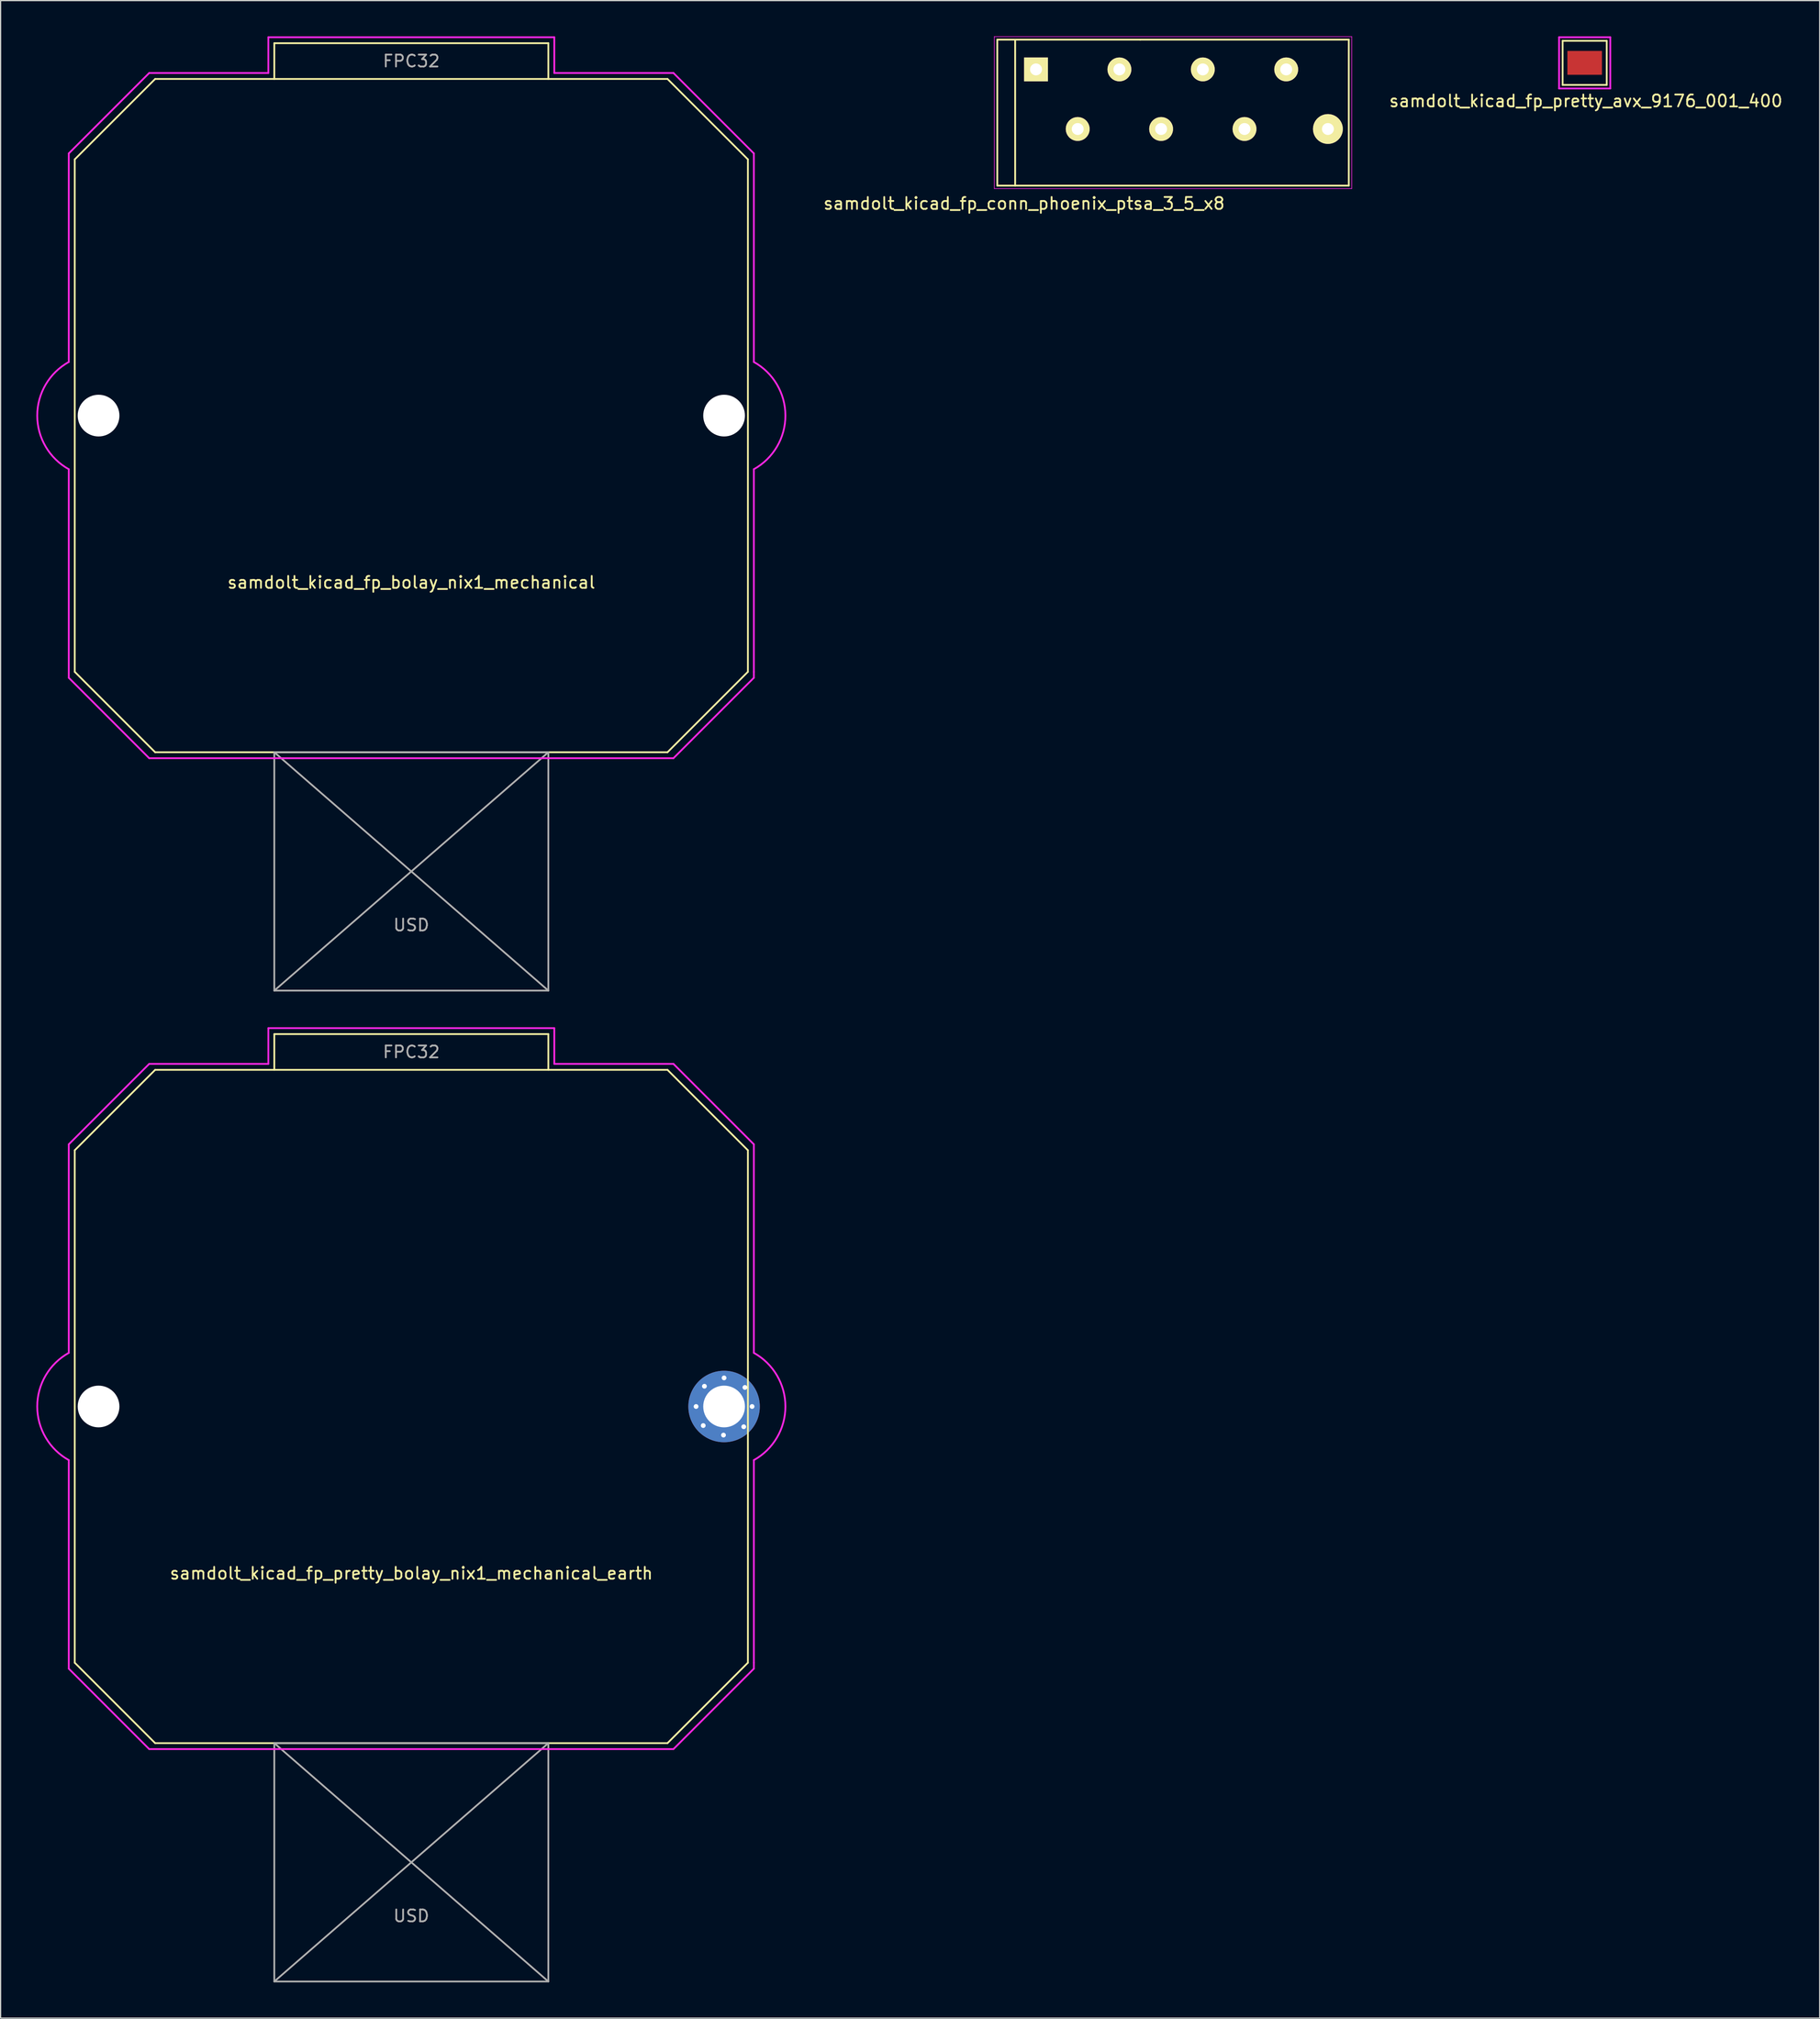
<source format=kicad_pcb>
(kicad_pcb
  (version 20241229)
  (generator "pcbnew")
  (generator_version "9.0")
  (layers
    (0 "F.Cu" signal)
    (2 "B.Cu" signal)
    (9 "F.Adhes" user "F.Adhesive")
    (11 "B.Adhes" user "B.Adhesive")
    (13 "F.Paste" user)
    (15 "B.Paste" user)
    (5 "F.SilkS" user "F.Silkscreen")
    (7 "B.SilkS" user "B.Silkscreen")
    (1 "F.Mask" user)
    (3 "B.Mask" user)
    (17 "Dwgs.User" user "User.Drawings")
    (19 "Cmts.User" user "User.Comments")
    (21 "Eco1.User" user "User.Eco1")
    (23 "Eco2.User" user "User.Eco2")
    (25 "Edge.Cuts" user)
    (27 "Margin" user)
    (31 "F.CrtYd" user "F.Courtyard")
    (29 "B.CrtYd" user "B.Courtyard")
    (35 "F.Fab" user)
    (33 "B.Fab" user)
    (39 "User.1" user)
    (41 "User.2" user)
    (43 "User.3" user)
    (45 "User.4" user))
  (footprint "samdolt_kicad_fp_pretty_avx_9176_001_400"
    (layer "F.Cu")
    (at 129.954 2.225)
    (property "Reference" "samdolt_kicad_fp_pretty_avx_9176_001_400" (at 0.1 3.2 0) (layer "F.SilkS") (effects (font (size 1 1) (thickness 0.15))))
    (attr smd)
    (fp_line (start -1.85 -1.85) (end 1.85 -1.85) (stroke (width 0.15) (type solid)) (layer "F.SilkS"))
    (fp_line (start -1.85 1.85) (end -1.85 -1.85) (stroke (width 0.15) (type solid)) (layer "F.SilkS"))
    (fp_line (start 1.85 -1.85) (end 1.85 1.85) (stroke (width 0.15) (type solid)) (layer "F.SilkS"))
    (fp_line (start 1.85 1.85) (end -1.85 1.85) (stroke (width 0.15) (type solid)) (layer "F.SilkS"))
    (fp_line (start -2.15 -2.15) (end -2.15 2.15) (stroke (width 0.15) (type solid)) (layer "F.CrtYd"))
    (fp_line (start -2.15 2.15) (end 2.15 2.15) (stroke (width 0.15) (type solid)) (layer "F.CrtYd"))
    (fp_line (start 2.15 -2.15) (end -2.15 -2.15) (stroke (width 0.15) (type solid)) (layer "F.CrtYd"))
    (fp_line (start 2.15 2.15) (end 2.15 -2.15) (stroke (width 0.15) (type solid)) (layer "F.CrtYd"))
    (pad "1" smd rect (at 0 0) (size 2.9 2) (layers "F.Cu" "F.Mask" "F.Paste")))
  (footprint "samdolt_kicad_fp_bolay_nix1_mechanical"
    (layer "F.Cu")
    (at 31.473 31.825)
    (property "Reference" "samdolt_kicad_fp_bolay_nix1_mechanical" (at 0 14 0) (layer "F.SilkS") (effects (font (size 1 1) (thickness 0.15))))
    (attr exclude_from_pos_files exclude_from_bom)
    (fp_line (start -28.25 21.5) (end -28.25 -21.5) (stroke (width 0.15) (type solid)) (layer "F.SilkS"))
    (fp_line (start -28.25 21.5) (end -21.5 28.25) (stroke (width 0.15) (type solid)) (layer "F.SilkS"))
    (fp_line (start -21.5 -28.25) (end -28.25 -21.5) (stroke (width 0.15) (type solid)) (layer "F.SilkS"))
    (fp_line (start -21.5 -28.25) (end 21.5 -28.25) (stroke (width 0.15) (type solid)) (layer "F.SilkS"))
    (fp_line (start -11.5 -31.25) (end -11.5 -28.25) (stroke (width 0.15) (type solid)) (layer "F.SilkS"))
    (fp_line (start 11.5 -31.25) (end -11.5 -31.25) (stroke (width 0.15) (type solid)) (layer "F.SilkS"))
    (fp_line (start 11.5 -28.25) (end 11.5 -31.25) (stroke (width 0.15) (type solid)) (layer "F.SilkS"))
    (fp_line (start 21.5 -28.25) (end 28.25 -21.5) (stroke (width 0.15) (type solid)) (layer "F.SilkS"))
    (fp_line (start 21.5 28.25) (end -21.5 28.25) (stroke (width 0.15) (type solid)) (layer "F.SilkS"))
    (fp_line (start 21.5 28.25) (end 28.25 21.5) (stroke (width 0.15) (type solid)) (layer "F.SilkS"))
    (fp_line (start 28.25 -21.5) (end 28.25 21.5) (stroke (width 0.15) (type solid)) (layer "F.SilkS"))
    (fp_line (start -28.75 -4.5) (end -28.75 -22) (stroke (width 0.15) (type solid)) (layer "F.CrtYd"))
    (fp_line (start -28.75 22) (end -28.75 4.5) (stroke (width 0.15) (type solid)) (layer "F.CrtYd"))
    (fp_line (start -22 -28.75) (end -28.75 -22) (stroke (width 0.15) (type solid)) (layer "F.CrtYd"))
    (fp_line (start -22 -28.75) (end -12 -28.75) (stroke (width 0.15) (type solid)) (layer "F.CrtYd"))
    (fp_line (start -22 28.75) (end -28.75 22) (stroke (width 0.15) (type solid)) (layer "F.CrtYd"))
    (fp_line (start -12 -31.75) (end 12 -31.75) (stroke (width 0.15) (type solid)) (layer "F.CrtYd"))
    (fp_line (start -12 -28.75) (end -12 -31.75) (stroke (width 0.15) (type solid)) (layer "F.CrtYd"))
    (fp_line (start 12 -31.75) (end 12 -28.75) (stroke (width 0.15) (type solid)) (layer "F.CrtYd"))
    (fp_line (start 12 -28.75) (end 22 -28.75) (stroke (width 0.15) (type solid)) (layer "F.CrtYd"))
    (fp_line (start 22 -28.75) (end 28.75 -22) (stroke (width 0.15) (type solid)) (layer "F.CrtYd"))
    (fp_line (start 22 28.75) (end -22 28.75) (stroke (width 0.15) (type solid)) (layer "F.CrtYd"))
    (fp_line (start 28.75 -22) (end 28.75 -4.5) (stroke (width 0.15) (type solid)) (layer "F.CrtYd"))
    (fp_line (start 28.75 4.5) (end 28.75 21.5) (stroke (width 0.15) (type solid)) (layer "F.CrtYd"))
    (fp_line (start 28.75 21.5) (end 28.75 22) (stroke (width 0.15) (type solid)) (layer "F.CrtYd"))
    (fp_line (start 28.75 22) (end 22 28.75) (stroke (width 0.15) (type solid)) (layer "F.CrtYd"))
    (fp_arc (start -28.75 4.5) (mid -31.397815 0) (end -28.75 -4.5) (stroke (width 0.15) (type solid)) (layer "F.CrtYd"))
    (fp_arc (start 28.75 -4.5) (mid 31.397815 0) (end 28.75 4.5) (stroke (width 0.15) (type solid)) (layer "F.CrtYd"))
    (fp_line (start -11.5 28.25) (end -11.5 48.25) (stroke (width 0.15) (type solid)) (layer "F.Fab"))
    (fp_line (start -11.5 28.25) (end 11.5 28.25) (stroke (width 0.15) (type solid)) (layer "F.Fab"))
    (fp_line (start -11.5 28.25) (end 11.5 48.25) (stroke (width 0.15) (type solid)) (layer "F.Fab"))
    (fp_line (start -11.5 48.25) (end 11.5 28.25) (stroke (width 0.15) (type solid)) (layer "F.Fab"))
    (fp_line (start -11.5 48.25) (end 11.5 48.25) (stroke (width 0.15) (type solid)) (layer "F.Fab"))
    (fp_line (start 11.5 48.25) (end 11.5 28.25) (stroke (width 0.15) (type solid)) (layer "F.Fab"))
    (fp_text user "USD" (at 0 42.75 0) (layer "F.Fab") (effects (font (size 1 1) (thickness 0.15))))
    (fp_text user "FPC32" (at 0 -29.75 0) (layer "F.Fab") (effects (font (size 1 1) (thickness 0.15))))
    (pad "" np_thru_hole circle (at -26.25 0) (size 3.5 3.5) (drill 3.5) (layers "*.Cu" "*.Mask"))
    (pad "" np_thru_hole circle (at 26.25 0) (size 3.5 3.5) (drill 3.5) (layers "*.Cu" "*.Mask")))
  (footprint "samdolt_kicad_fp_pretty_bolay_nix1_mechanical_earth"
    (layer "F.Cu")
    (at 31.473 114.975)
    (property "Reference" "samdolt_kicad_fp_pretty_bolay_nix1_mechanical_earth" (at 0 14 0) (layer "F.SilkS") (effects (font (size 1 1) (thickness 0.15))))
    (attr exclude_from_pos_files exclude_from_bom)
    (fp_line (start -28.25 21.5) (end -28.25 -21.5) (stroke (width 0.15) (type solid)) (layer "F.SilkS"))
    (fp_line (start -28.25 21.5) (end -21.5 28.25) (stroke (width 0.15) (type solid)) (layer "F.SilkS"))
    (fp_line (start -21.5 -28.25) (end -28.25 -21.5) (stroke (width 0.15) (type solid)) (layer "F.SilkS"))
    (fp_line (start -21.5 -28.25) (end 21.5 -28.25) (stroke (width 0.15) (type solid)) (layer "F.SilkS"))
    (fp_line (start -11.5 -31.25) (end -11.5 -28.25) (stroke (width 0.15) (type solid)) (layer "F.SilkS"))
    (fp_line (start 11.5 -31.25) (end -11.5 -31.25) (stroke (width 0.15) (type solid)) (layer "F.SilkS"))
    (fp_line (start 11.5 -28.25) (end 11.5 -31.25) (stroke (width 0.15) (type solid)) (layer "F.SilkS"))
    (fp_line (start 21.5 -28.25) (end 28.25 -21.5) (stroke (width 0.15) (type solid)) (layer "F.SilkS"))
    (fp_line (start 21.5 28.25) (end -21.5 28.25) (stroke (width 0.15) (type solid)) (layer "F.SilkS"))
    (fp_line (start 21.5 28.25) (end 28.25 21.5) (stroke (width 0.15) (type solid)) (layer "F.SilkS"))
    (fp_line (start 28.25 -21.5) (end 28.25 21.5) (stroke (width 0.15) (type solid)) (layer "F.SilkS"))
    (fp_line (start -28.75 -4.5) (end -28.75 -22) (stroke (width 0.15) (type solid)) (layer "F.CrtYd"))
    (fp_line (start -28.75 22) (end -28.75 4.5) (stroke (width 0.15) (type solid)) (layer "F.CrtYd"))
    (fp_line (start -22 -28.75) (end -28.75 -22) (stroke (width 0.15) (type solid)) (layer "F.CrtYd"))
    (fp_line (start -22 -28.75) (end -12 -28.75) (stroke (width 0.15) (type solid)) (layer "F.CrtYd"))
    (fp_line (start -22 28.75) (end -28.75 22) (stroke (width 0.15) (type solid)) (layer "F.CrtYd"))
    (fp_line (start -12 -31.75) (end 12 -31.75) (stroke (width 0.15) (type solid)) (layer "F.CrtYd"))
    (fp_line (start -12 -28.75) (end -12 -31.75) (stroke (width 0.15) (type solid)) (layer "F.CrtYd"))
    (fp_line (start 12 -31.75) (end 12 -28.75) (stroke (width 0.15) (type solid)) (layer "F.CrtYd"))
    (fp_line (start 12 -28.75) (end 22 -28.75) (stroke (width 0.15) (type solid)) (layer "F.CrtYd"))
    (fp_line (start 22 -28.75) (end 28.75 -22) (stroke (width 0.15) (type solid)) (layer "F.CrtYd"))
    (fp_line (start 22 28.75) (end -22 28.75) (stroke (width 0.15) (type solid)) (layer "F.CrtYd"))
    (fp_line (start 28.75 -22) (end 28.75 -4.5) (stroke (width 0.15) (type solid)) (layer "F.CrtYd"))
    (fp_line (start 28.75 4.5) (end 28.75 21.5) (stroke (width 0.15) (type solid)) (layer "F.CrtYd"))
    (fp_line (start 28.75 21.5) (end 28.75 22) (stroke (width 0.15) (type solid)) (layer "F.CrtYd"))
    (fp_line (start 28.75 22) (end 22 28.75) (stroke (width 0.15) (type solid)) (layer "F.CrtYd"))
    (fp_arc (start -28.75 4.5) (mid -31.397815 0) (end -28.75 -4.5) (stroke (width 0.15) (type solid)) (layer "F.CrtYd"))
    (fp_arc (start 28.75 -4.5) (mid 31.397815 0) (end 28.75 4.5) (stroke (width 0.15) (type solid)) (layer "F.CrtYd"))
    (fp_line (start -11.5 28.25) (end -11.5 48.25) (stroke (width 0.15) (type solid)) (layer "F.Fab"))
    (fp_line (start -11.5 28.25) (end 11.5 28.25) (stroke (width 0.15) (type solid)) (layer "F.Fab"))
    (fp_line (start -11.5 28.25) (end 11.5 48.25) (stroke (width 0.15) (type solid)) (layer "F.Fab"))
    (fp_line (start -11.5 48.25) (end 11.5 28.25) (stroke (width 0.15) (type solid)) (layer "F.Fab"))
    (fp_line (start -11.5 48.25) (end 11.5 48.25) (stroke (width 0.15) (type solid)) (layer "F.Fab"))
    (fp_line (start 11.5 48.25) (end 11.5 28.25) (stroke (width 0.15) (type solid)) (layer "F.Fab"))
    (fp_text user "FPC32" (at 0 -29.75 0) (layer "F.Fab") (effects (font (size 1 1) (thickness 0.15))))
    (fp_text user "USD" (at 0 42.75 0) (layer "F.Fab") (effects (font (size 1 1) (thickness 0.15))))
    (pad "" np_thru_hole circle (at -26.25 0) (size 3.5 3.5) (drill 3.5) (layers "*.Cu" "*.Mask"))
    (pad "1" thru_hole circle (at 23.9 0) (size 0.8 0.8) (drill 0.4) (layers "*.Cu" "*.Mask"))
    (pad "1" thru_hole circle (at 24.5 1.6) (size 0.8 0.8) (drill 0.4) (layers "*.Cu" "*.Mask"))
    (pad "1" thru_hole circle (at 24.6 -1.7) (size 0.8 0.8) (drill 0.4) (layers "*.Cu" "*.Mask"))
    (pad "1" thru_hole circle (at 26.2 2.4) (size 0.8 0.8) (drill 0.4) (layers "*.Cu" "*.Mask"))
    (pad "1" thru_hole circle (at 26.25 -2.4) (size 0.8 0.8) (drill 0.4) (layers "*.Cu" "*.Mask"))
    (pad "1" thru_hole circle (at 26.25 0) (size 6 6) (drill 3.5) (layers "*.Cu" "*.Mask"))
    (pad "1" thru_hole circle (at 27.9 1.7) (size 0.8 0.8) (drill 0.4) (layers "*.Cu" "*.Mask"))
    (pad "1" thru_hole circle (at 28 -1.6) (size 0.8 0.8) (drill 0.4) (layers "*.Cu" "*.Mask"))
    (pad "1" thru_hole circle (at 28.6 0) (size 0.8 0.8) (drill 0.4) (layers "*.Cu" "*.Mask")))
  (footprint "samdolt_kicad_fp_conn_phoenix_ptsa_3_5_x8"
    (layer "F.Cu")
    (at 83.904 2.775)
    (property "Reference" "samdolt_kicad_fp_conn_phoenix_ptsa_3_5_x8" (at -1 11.25 0) (layer "F.SilkS") (effects (font (size 1 1) (thickness 0.15))))
    (attr through_hole)
    (fp_line (start -3.25 -2.5) (end -3.25 9.75) (stroke (width 0.15) (type solid)) (layer "F.SilkS"))
    (fp_line (start -3.25 9.75) (end -1.75 9.75) (stroke (width 0.15) (type solid)) (layer "F.SilkS"))
    (fp_line (start -1.75 -2.5) (end -3.25 -2.5) (stroke (width 0.15) (type solid)) (layer "F.SilkS"))
    (fp_line (start -1.75 -2.5) (end -1.75 9.75) (stroke (width 0.15) (type solid)) (layer "F.SilkS"))
    (fp_line (start 8.75 -2.5) (end -1.75 -2.5) (stroke (width 0.15) (type solid)) (layer "F.SilkS"))
    (fp_line (start 8.75 -2.5) (end 26.25 -2.5) (stroke (width 0.15) (type solid)) (layer "F.SilkS"))
    (fp_line (start 26.25 -2.5) (end 26.25 9.75) (stroke (width 0.15) (type solid)) (layer "F.SilkS"))
    (fp_line (start 26.25 9.75) (end -1.75 9.75) (stroke (width 0.15) (type solid)) (layer "F.SilkS"))
    (fp_line (start -3.5 -2.75) (end 26.5 -2.75) (stroke (width 0.05) (type solid)) (layer "F.CrtYd"))
    (fp_line (start -3.5 10) (end -3.5 -2.75) (stroke (width 0.05) (type solid)) (layer "F.CrtYd"))
    (fp_line (start 26.5 -2.75) (end 26.5 10) (stroke (width 0.05) (type solid)) (layer "F.CrtYd"))
    (fp_line (start 26.5 10) (end -3.5 10) (stroke (width 0.05) (type solid)) (layer "F.CrtYd"))
    (pad "1" thru_hole rect (at 0 0) (size 2 2) (drill 1) (layers "*.Cu" "*.Mask" "F.SilkS"))
    (pad "2" thru_hole circle (at 3.5 5) (size 2 2) (drill 1) (layers "*.Cu" "*.Mask" "F.SilkS"))
    (pad "3" thru_hole circle (at 7 0) (size 2 2) (drill 1) (layers "*.Cu" "*.Mask" "F.SilkS"))
    (pad "4" thru_hole circle (at 10.5 5) (size 2 2) (drill 1) (layers "*.Cu" "*.Mask" "F.SilkS"))
    (pad "5" thru_hole circle (at 14 0) (size 2 2) (drill 1) (layers "*.Cu" "*.Mask" "F.SilkS"))
    (pad "6" thru_hole circle (at 17.5 5) (size 2 2) (drill 1) (layers "*.Cu" "*.Mask" "F.SilkS"))
    (pad "7" thru_hole circle (at 21 0) (size 2 2) (drill 1) (layers "*.Cu" "*.Mask" "F.SilkS"))
    (pad "8" thru_hole circle (at 24.5 5) (size 2.5 2.5) (drill 1) (layers "*.Cu" "*.Mask" "F.SilkS")))
  (gr_rect
    (start -3 -3)
    (end 149.679 166.3)
    (stroke (width 0.1) (type default))
    (fill no)
    (layer "Edge.Cuts")))
</source>
